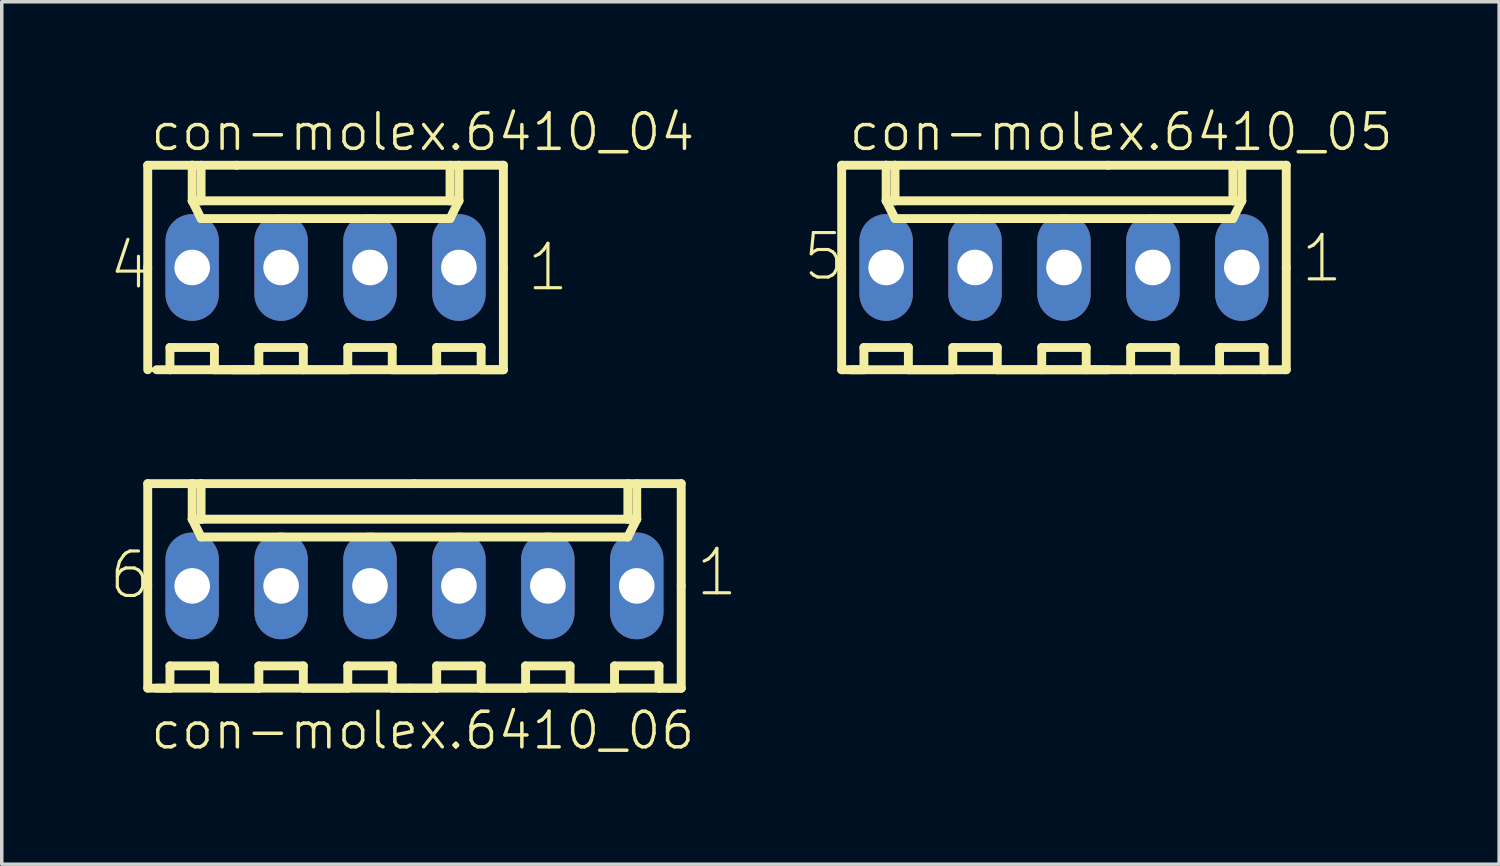
<source format=kicad_pcb>
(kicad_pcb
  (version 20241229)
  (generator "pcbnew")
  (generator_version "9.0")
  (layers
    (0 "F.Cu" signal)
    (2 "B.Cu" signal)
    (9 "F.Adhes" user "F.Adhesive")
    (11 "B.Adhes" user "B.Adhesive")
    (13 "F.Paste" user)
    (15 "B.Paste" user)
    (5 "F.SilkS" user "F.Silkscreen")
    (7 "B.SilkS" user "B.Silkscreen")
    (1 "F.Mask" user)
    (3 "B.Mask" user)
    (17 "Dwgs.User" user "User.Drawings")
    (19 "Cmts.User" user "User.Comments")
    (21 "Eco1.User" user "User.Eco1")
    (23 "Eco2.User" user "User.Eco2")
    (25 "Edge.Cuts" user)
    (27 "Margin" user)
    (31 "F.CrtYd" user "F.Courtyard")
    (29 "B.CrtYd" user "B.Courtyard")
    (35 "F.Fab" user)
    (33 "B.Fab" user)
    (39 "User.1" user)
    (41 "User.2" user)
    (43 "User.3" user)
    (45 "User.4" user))
  (footprint "con-molex.6410_06"
    (layer "F.Cu")
    (at 8.79 13.687)
    (property "Reference" "con-molex.6410_06" (at -7.593 4.726 0) (layer "F.SilkS") (effects (font (size 1.016 1.016) (thickness 0.1)) (justify left bottom)))
    (attr through_hole)
    (fp_line (start -7.62 -2.921) (end -6.35 -2.921) (stroke (width 0.254) (type default)) (layer "F.SilkS"))
    (fp_line (start -7.62 0) (end -7.62 -2.921) (stroke (width 0.254) (type default)) (layer "F.SilkS"))
    (fp_line (start -7.62 0) (end -7.62 2.921) (stroke (width 0.254) (type default)) (layer "F.SilkS"))
    (fp_line (start -7.62 2.921) (end -0.127 2.921) (stroke (width 0.254) (type default)) (layer "F.SilkS"))
    (fp_line (start -7.366 2.921) (end -6.985 2.921) (stroke (width 0.254) (type default)) (layer "F.SilkS"))
    (fp_line (start -6.985 2.286) (end -5.715 2.286) (stroke (width 0.254) (type default)) (layer "F.SilkS"))
    (fp_line (start -6.985 2.921) (end -6.985 2.286) (stroke (width 0.254) (type default)) (layer "F.SilkS"))
    (fp_line (start -6.35 -2.921) (end -6.096 -2.921) (stroke (width 0.254) (type default)) (layer "F.SilkS"))
    (fp_line (start -6.35 -2.54) (end -6.35 -2.921) (stroke (width 0.127) (type default)) (layer "F.SilkS"))
    (fp_line (start -6.35 -1.905) (end -6.35 -2.921) (stroke (width 0.254) (type default)) (layer "F.SilkS"))
    (fp_line (start -6.35 -1.905) (end -6.096 -1.905) (stroke (width 0.254) (type default)) (layer "F.SilkS"))
    (fp_line (start -6.35 -1.905) (end -6.096 -1.397) (stroke (width 0.254) (type default)) (layer "F.SilkS"))
    (fp_line (start -6.096 -2.921) (end -6.096 -1.905) (stroke (width 0.254) (type default)) (layer "F.SilkS"))
    (fp_line (start -6.096 -2.921) (end 0 -2.921) (stroke (width 0.254) (type default)) (layer "F.SilkS"))
    (fp_line (start -6.096 -1.905) (end 6.096 -1.905) (stroke (width 0.254) (type default)) (layer "F.SilkS"))
    (fp_line (start -6.096 -1.397) (end 6.096 -1.397) (stroke (width 0.254) (type default)) (layer "F.SilkS"))
    (fp_line (start -5.715 2.286) (end -5.715 2.921) (stroke (width 0.254) (type default)) (layer "F.SilkS"))
    (fp_line (start -5.715 2.921) (end -4.445 2.921) (stroke (width 0.254) (type default)) (layer "F.SilkS"))
    (fp_line (start -4.445 2.286) (end -3.175 2.286) (stroke (width 0.254) (type default)) (layer "F.SilkS"))
    (fp_line (start -4.445 2.921) (end -4.445 2.286) (stroke (width 0.254) (type default)) (layer "F.SilkS"))
    (fp_line (start -3.175 2.286) (end -3.175 2.921) (stroke (width 0.254) (type default)) (layer "F.SilkS"))
    (fp_line (start -3.175 2.921) (end -1.905 2.921) (stroke (width 0.254) (type default)) (layer "F.SilkS"))
    (fp_line (start -1.905 2.286) (end -0.635 2.286) (stroke (width 0.254) (type default)) (layer "F.SilkS"))
    (fp_line (start -1.905 2.921) (end -1.905 2.286) (stroke (width 0.254) (type default)) (layer "F.SilkS"))
    (fp_line (start -0.635 2.286) (end -0.635 2.921) (stroke (width 0.254) (type default)) (layer "F.SilkS"))
    (fp_line (start -0.635 2.921) (end 0.635 2.921) (stroke (width 0.254) (type default)) (layer "F.SilkS"))
    (fp_line (start 0.635 2.286) (end 1.905 2.286) (stroke (width 0.254) (type default)) (layer "F.SilkS"))
    (fp_line (start 0.635 2.921) (end 0.635 2.286) (stroke (width 0.254) (type default)) (layer "F.SilkS"))
    (fp_line (start 1.905 2.286) (end 1.905 2.921) (stroke (width 0.254) (type default)) (layer "F.SilkS"))
    (fp_line (start 1.905 2.921) (end 3.175 2.921) (stroke (width 0.254) (type default)) (layer "F.SilkS"))
    (fp_line (start 3.175 2.286) (end 4.445 2.286) (stroke (width 0.254) (type default)) (layer "F.SilkS"))
    (fp_line (start 3.175 2.921) (end 3.175 2.286) (stroke (width 0.254) (type default)) (layer "F.SilkS"))
    (fp_line (start 4.445 2.286) (end 4.445 2.921) (stroke (width 0.254) (type default)) (layer "F.SilkS"))
    (fp_line (start 4.445 2.921) (end 5.715 2.921) (stroke (width 0.254) (type default)) (layer "F.SilkS"))
    (fp_line (start 5.715 2.286) (end 6.985 2.286) (stroke (width 0.254) (type default)) (layer "F.SilkS"))
    (fp_line (start 5.715 2.921) (end 5.715 2.286) (stroke (width 0.254) (type default)) (layer "F.SilkS"))
    (fp_line (start 6.096 -2.921) (end 6.096 -1.905) (stroke (width 0.254) (type default)) (layer "F.SilkS"))
    (fp_line (start 6.096 -1.905) (end 6.35 -1.905) (stroke (width 0.254) (type default)) (layer "F.SilkS"))
    (fp_line (start 6.096 -1.397) (end 6.35 -1.905) (stroke (width 0.254) (type default)) (layer "F.SilkS"))
    (fp_line (start 6.35 -1.905) (end 6.35 -2.921) (stroke (width 0.254) (type default)) (layer "F.SilkS"))
    (fp_line (start 6.985 2.286) (end 6.985 2.921) (stroke (width 0.254) (type default)) (layer "F.SilkS"))
    (fp_line (start 6.985 2.921) (end 7.62 2.921) (stroke (width 0.254) (type default)) (layer "F.SilkS"))
    (fp_line (start 7.62 -2.921) (end 0 -2.921) (stroke (width 0.254) (type default)) (layer "F.SilkS"))
    (fp_line (start 7.62 0) (end 7.62 -2.921) (stroke (width 0.254) (type default)) (layer "F.SilkS"))
    (fp_line (start 7.62 0) (end 7.62 2.921) (stroke (width 0.254) (type default)) (layer "F.SilkS"))
    (fp_line (start 7.62 2.921) (end -0.127 2.921) (stroke (width 0.254) (type default)) (layer "F.SilkS"))
    (fp_rect (start -6.604 0.254) (end -6.096 -0.254) (stroke (width 0.05) (type default)) (fill no) (layer "F.Fab"))
    (fp_rect (start -4.064 0.254) (end -3.556 -0.254) (stroke (width 0.05) (type default)) (fill no) (layer "F.Fab"))
    (fp_rect (start -1.524 0.254) (end -1.016 -0.254) (stroke (width 0.05) (type default)) (fill no) (layer "F.Fab"))
    (fp_rect (start 1.016 0.254) (end 1.524 -0.254) (stroke (width 0.05) (type default)) (fill no) (layer "F.Fab"))
    (fp_rect (start 3.556 0.254) (end 4.064 -0.254) (stroke (width 0.05) (type default)) (fill no) (layer "F.Fab"))
    (fp_rect (start 6.096 0.254) (end 6.604 -0.254) (stroke (width 0.05) (type default)) (fill no) (layer "F.Fab"))
    (fp_text user "1" (at 7.974 0.357 0) (layer "F.SilkS") (effects (font (size 1.27 1.27) (thickness 0.09)) (justify left bottom)))
    (fp_text user "6" (at -8.79 0.433 0) (layer "F.SilkS") (effects (font (size 1.27 1.27) (thickness 0.09)) (justify left bottom)))
    (pad "1" thru_hole oval (at 6.35 0 90) (size 3.048 1.524) (drill 1.016) (layers "*.Cu" "*.Mask"))
    (pad "2" thru_hole oval (at 3.81 0 90) (size 3.048 1.524) (drill 1.016) (layers "*.Cu" "*.Mask"))
    (pad "3" thru_hole oval (at 1.27 0 90) (size 3.048 1.524) (drill 1.016) (layers "*.Cu" "*.Mask"))
    (pad "4" thru_hole oval (at -1.27 0 90) (size 3.048 1.524) (drill 1.016) (layers "*.Cu" "*.Mask"))
    (pad "5" thru_hole oval (at -3.81 0 90) (size 3.048 1.524) (drill 1.016) (layers "*.Cu" "*.Mask"))
    (pad "6" thru_hole oval (at -6.35 0 90) (size 3.048 1.524) (drill 1.016) (layers "*.Cu" "*.Mask")))
  (footprint "con-molex.6410_04"
    (layer "F.Cu")
    (at 6.25 4.591)
    (property "Reference" "con-molex.6410_04" (at -5.053 -3.275 0) (layer "F.SilkS") (effects (font (size 1.016 1.016) (thickness 0.1)) (justify left bottom)))
    (attr through_hole)
    (fp_line (start -5.08 -2.921) (end -3.81 -2.921) (stroke (width 0.254) (type default)) (layer "F.SilkS"))
    (fp_line (start -5.08 0) (end -5.08 -2.921) (stroke (width 0.254) (type default)) (layer "F.SilkS"))
    (fp_line (start -5.08 0) (end -5.08 2.921) (stroke (width 0.254) (type default)) (layer "F.SilkS"))
    (fp_line (start -5.08 2.921) (end -2.667 2.921) (stroke (width 0.127) (type default)) (layer "F.SilkS"))
    (fp_line (start -4.826 2.921) (end -4.445 2.921) (stroke (width 0.254) (type default)) (layer "F.SilkS"))
    (fp_line (start -4.445 2.286) (end -3.175 2.286) (stroke (width 0.254) (type default)) (layer "F.SilkS"))
    (fp_line (start -4.445 2.921) (end -4.445 2.286) (stroke (width 0.254) (type default)) (layer "F.SilkS"))
    (fp_line (start -3.81 -2.921) (end -2.54 -2.921) (stroke (width 0.254) (type default)) (layer "F.SilkS"))
    (fp_line (start -3.81 -2.54) (end -3.81 -2.921) (stroke (width 0.127) (type default)) (layer "F.SilkS"))
    (fp_line (start -3.81 -1.905) (end -3.81 -2.921) (stroke (width 0.254) (type default)) (layer "F.SilkS"))
    (fp_line (start -3.81 -1.905) (end -3.556 -1.905) (stroke (width 0.254) (type default)) (layer "F.SilkS"))
    (fp_line (start -3.81 -1.905) (end -3.556 -1.397) (stroke (width 0.254) (type default)) (layer "F.SilkS"))
    (fp_line (start -3.556 -2.921) (end -3.81 -2.921) (stroke (width 0.127) (type default)) (layer "F.SilkS"))
    (fp_line (start -3.556 -2.921) (end -3.556 -1.905) (stroke (width 0.254) (type default)) (layer "F.SilkS"))
    (fp_line (start -3.556 -1.905) (end 3.556 -1.905) (stroke (width 0.254) (type default)) (layer "F.SilkS"))
    (fp_line (start -3.556 -1.397) (end 3.556 -1.397) (stroke (width 0.254) (type default)) (layer "F.SilkS"))
    (fp_line (start -3.175 2.286) (end -3.175 2.921) (stroke (width 0.254) (type default)) (layer "F.SilkS"))
    (fp_line (start -3.175 2.921) (end -1.905 2.921) (stroke (width 0.254) (type default)) (layer "F.SilkS"))
    (fp_line (start -1.905 2.286) (end -0.635 2.286) (stroke (width 0.254) (type default)) (layer "F.SilkS"))
    (fp_line (start -1.905 2.921) (end -1.905 2.286) (stroke (width 0.254) (type default)) (layer "F.SilkS"))
    (fp_line (start -0.635 2.286) (end -0.635 2.921) (stroke (width 0.254) (type default)) (layer "F.SilkS"))
    (fp_line (start -0.635 2.921) (end -4.445 2.921) (stroke (width 0.254) (type default)) (layer "F.SilkS"))
    (fp_line (start -0.635 2.921) (end 0.635 2.921) (stroke (width 0.254) (type default)) (layer "F.SilkS"))
    (fp_line (start 0.635 2.286) (end 1.905 2.286) (stroke (width 0.254) (type default)) (layer "F.SilkS"))
    (fp_line (start 0.635 2.921) (end 0.635 2.286) (stroke (width 0.254) (type default)) (layer "F.SilkS"))
    (fp_line (start 1.905 2.286) (end 1.905 2.921) (stroke (width 0.254) (type default)) (layer "F.SilkS"))
    (fp_line (start 1.905 2.921) (end 3.175 2.921) (stroke (width 0.254) (type default)) (layer "F.SilkS"))
    (fp_line (start 3.175 2.286) (end 4.445 2.286) (stroke (width 0.254) (type default)) (layer "F.SilkS"))
    (fp_line (start 3.175 2.921) (end 3.175 2.286) (stroke (width 0.254) (type default)) (layer "F.SilkS"))
    (fp_line (start 3.556 -2.921) (end 3.556 -1.905) (stroke (width 0.254) (type default)) (layer "F.SilkS"))
    (fp_line (start 3.556 -1.905) (end 3.81 -1.905) (stroke (width 0.254) (type default)) (layer "F.SilkS"))
    (fp_line (start 3.556 -1.397) (end 3.81 -1.905) (stroke (width 0.254) (type default)) (layer "F.SilkS"))
    (fp_line (start 3.81 -1.905) (end 3.81 -2.921) (stroke (width 0.254) (type default)) (layer "F.SilkS"))
    (fp_line (start 4.445 2.286) (end 4.445 2.921) (stroke (width 0.254) (type default)) (layer "F.SilkS"))
    (fp_line (start 4.445 2.921) (end 5.08 2.921) (stroke (width 0.254) (type default)) (layer "F.SilkS"))
    (fp_line (start 5.08 -2.921) (end -2.54 -2.921) (stroke (width 0.254) (type default)) (layer "F.SilkS"))
    (fp_line (start 5.08 0) (end 5.08 -2.921) (stroke (width 0.254) (type default)) (layer "F.SilkS"))
    (fp_line (start 5.08 0) (end 5.08 2.921) (stroke (width 0.254) (type default)) (layer "F.SilkS"))
    (fp_line (start 5.08 2.921) (end -2.667 2.921) (stroke (width 0.254) (type default)) (layer "F.SilkS"))
    (fp_rect (start -4.064 0.254) (end -3.556 -0.254) (stroke (width 0.05) (type default)) (fill no) (layer "F.Fab"))
    (fp_rect (start -1.524 0.254) (end -1.016 -0.254) (stroke (width 0.05) (type default)) (fill no) (layer "F.Fab"))
    (fp_rect (start 1.016 0.254) (end 1.524 -0.254) (stroke (width 0.05) (type default)) (fill no) (layer "F.Fab"))
    (fp_rect (start 3.556 0.254) (end 4.064 -0.254) (stroke (width 0.05) (type default)) (fill no) (layer "F.Fab"))
    (fp_text user "1" (at 5.688 0.738 0) (layer "F.SilkS") (effects (font (size 1.27 1.27) (thickness 0.09)) (justify left bottom)))
    (fp_text user "4" (at -6.25 0.687 0) (layer "F.SilkS") (effects (font (size 1.27 1.27) (thickness 0.09)) (justify left bottom)))
    (pad "1" thru_hole oval (at 3.81 0 90) (size 3.048 1.524) (drill 1.016) (layers "*.Cu" "*.Mask"))
    (pad "2" thru_hole oval (at 1.27 0 90) (size 3.048 1.524) (drill 1.016) (layers "*.Cu" "*.Mask"))
    (pad "3" thru_hole oval (at -1.27 0 90) (size 3.048 1.524) (drill 1.016) (layers "*.Cu" "*.Mask"))
    (pad "4" thru_hole oval (at -3.81 0 90) (size 3.048 1.524) (drill 1.016) (layers "*.Cu" "*.Mask")))
  (footprint "con-molex.6410_05"
    (layer "F.Cu")
    (at 27.344 4.591)
    (property "Reference" "con-molex.6410_05" (at -6.196 -3.275 0) (layer "F.SilkS") (effects (font (size 1.016 1.016) (thickness 0.1)) (justify left bottom)))
    (attr through_hole)
    (fp_line (start -6.35 -2.921) (end -5.08 -2.921) (stroke (width 0.254) (type default)) (layer "F.SilkS"))
    (fp_line (start -6.35 0) (end -6.35 -2.921) (stroke (width 0.254) (type default)) (layer "F.SilkS"))
    (fp_line (start -6.35 0) (end -6.35 2.921) (stroke (width 0.254) (type default)) (layer "F.SilkS"))
    (fp_line (start -6.35 2.921) (end 1.27 2.921) (stroke (width 0.254) (type default)) (layer "F.SilkS"))
    (fp_line (start -6.096 2.921) (end -5.715 2.921) (stroke (width 0.254) (type default)) (layer "F.SilkS"))
    (fp_line (start -5.715 2.286) (end -4.445 2.286) (stroke (width 0.254) (type default)) (layer "F.SilkS"))
    (fp_line (start -5.715 2.921) (end -5.715 2.286) (stroke (width 0.254) (type default)) (layer "F.SilkS"))
    (fp_line (start -5.08 -2.921) (end -4.826 -2.921) (stroke (width 0.254) (type default)) (layer "F.SilkS"))
    (fp_line (start -5.08 -2.54) (end -5.08 -2.921) (stroke (width 0.127) (type default)) (layer "F.SilkS"))
    (fp_line (start -5.08 -1.905) (end -5.08 -2.921) (stroke (width 0.254) (type default)) (layer "F.SilkS"))
    (fp_line (start -5.08 -1.905) (end -4.826 -1.905) (stroke (width 0.254) (type default)) (layer "F.SilkS"))
    (fp_line (start -5.08 -1.905) (end -4.826 -1.397) (stroke (width 0.254) (type default)) (layer "F.SilkS"))
    (fp_line (start -4.826 -2.921) (end -4.826 -1.905) (stroke (width 0.254) (type default)) (layer "F.SilkS"))
    (fp_line (start -4.826 -2.921) (end 1.27 -2.921) (stroke (width 0.254) (type default)) (layer "F.SilkS"))
    (fp_line (start -4.826 -1.905) (end 4.826 -1.905) (stroke (width 0.254) (type default)) (layer "F.SilkS"))
    (fp_line (start -4.826 -1.397) (end 4.826 -1.397) (stroke (width 0.254) (type default)) (layer "F.SilkS"))
    (fp_line (start -4.445 2.286) (end -4.445 2.921) (stroke (width 0.254) (type default)) (layer "F.SilkS"))
    (fp_line (start -4.445 2.921) (end -3.175 2.921) (stroke (width 0.254) (type default)) (layer "F.SilkS"))
    (fp_line (start -3.175 2.286) (end -1.905 2.286) (stroke (width 0.254) (type default)) (layer "F.SilkS"))
    (fp_line (start -3.175 2.921) (end -3.175 2.286) (stroke (width 0.254) (type default)) (layer "F.SilkS"))
    (fp_line (start -1.905 2.286) (end -1.905 2.921) (stroke (width 0.254) (type default)) (layer "F.SilkS"))
    (fp_line (start -1.905 2.921) (end -0.635 2.921) (stroke (width 0.254) (type default)) (layer "F.SilkS"))
    (fp_line (start -0.635 2.286) (end 0.635 2.286) (stroke (width 0.254) (type default)) (layer "F.SilkS"))
    (fp_line (start -0.635 2.921) (end -0.635 2.286) (stroke (width 0.254) (type default)) (layer "F.SilkS"))
    (fp_line (start 0.635 2.286) (end 0.635 2.921) (stroke (width 0.254) (type default)) (layer "F.SilkS"))
    (fp_line (start 0.635 2.921) (end -0.635 2.921) (stroke (width 0.254) (type default)) (layer "F.SilkS"))
    (fp_line (start 0.635 2.921) (end 1.905 2.921) (stroke (width 0.254) (type default)) (layer "F.SilkS"))
    (fp_line (start 1.905 2.286) (end 3.175 2.286) (stroke (width 0.254) (type default)) (layer "F.SilkS"))
    (fp_line (start 1.905 2.921) (end 1.905 2.286) (stroke (width 0.254) (type default)) (layer "F.SilkS"))
    (fp_line (start 3.175 2.286) (end 3.175 2.921) (stroke (width 0.254) (type default)) (layer "F.SilkS"))
    (fp_line (start 3.175 2.921) (end 1.905 2.921) (stroke (width 0.254) (type default)) (layer "F.SilkS"))
    (fp_line (start 3.175 2.921) (end 4.445 2.921) (stroke (width 0.254) (type default)) (layer "F.SilkS"))
    (fp_line (start 4.445 2.286) (end 5.715 2.286) (stroke (width 0.254) (type default)) (layer "F.SilkS"))
    (fp_line (start 4.445 2.921) (end 4.445 2.286) (stroke (width 0.254) (type default)) (layer "F.SilkS"))
    (fp_line (start 4.826 -2.921) (end 4.826 -1.905) (stroke (width 0.254) (type default)) (layer "F.SilkS"))
    (fp_line (start 4.826 -1.905) (end 5.08 -1.905) (stroke (width 0.254) (type default)) (layer "F.SilkS"))
    (fp_line (start 4.826 -1.397) (end 5.08 -1.905) (stroke (width 0.254) (type default)) (layer "F.SilkS"))
    (fp_line (start 5.08 -1.905) (end 5.08 -2.921) (stroke (width 0.254) (type default)) (layer "F.SilkS"))
    (fp_line (start 5.715 2.286) (end 5.715 2.921) (stroke (width 0.254) (type default)) (layer "F.SilkS"))
    (fp_line (start 5.715 2.921) (end 4.445 2.921) (stroke (width 0.254) (type default)) (layer "F.SilkS"))
    (fp_line (start 5.715 2.921) (end 6.35 2.921) (stroke (width 0.254) (type default)) (layer "F.SilkS"))
    (fp_line (start 6.35 -2.921) (end 1.27 -2.921) (stroke (width 0.254) (type default)) (layer "F.SilkS"))
    (fp_line (start 6.35 0) (end 6.35 -2.921) (stroke (width 0.254) (type default)) (layer "F.SilkS"))
    (fp_line (start 6.35 0) (end 6.35 2.921) (stroke (width 0.254) (type default)) (layer "F.SilkS"))
    (fp_rect (start -5.334 0.254) (end -4.826 -0.254) (stroke (width 0.05) (type default)) (fill no) (layer "F.Fab"))
    (fp_rect (start -2.794 0.254) (end -2.286 -0.254) (stroke (width 0.05) (type default)) (fill no) (layer "F.Fab"))
    (fp_rect (start -0.254 0.254) (end 0.254 -0.254) (stroke (width 0.05) (type default)) (fill no) (layer "F.Fab"))
    (fp_rect (start 2.286 0.254) (end 2.794 -0.254) (stroke (width 0.05) (type default)) (fill no) (layer "F.Fab"))
    (fp_rect (start 4.826 0.254) (end 5.334 -0.254) (stroke (width 0.05) (type default)) (fill no) (layer "F.Fab"))
    (fp_text user "1" (at 6.704 0.484 0) (layer "F.SilkS") (effects (font (size 1.27 1.27) (thickness 0.09)) (justify left bottom)))
    (fp_text user "5" (at -7.52 0.433 0) (layer "F.SilkS") (effects (font (size 1.27 1.27) (thickness 0.09)) (justify left bottom)))
    (pad "1" thru_hole oval (at 5.08 0 90) (size 3.048 1.524) (drill 1.016) (layers "*.Cu" "*.Mask"))
    (pad "2" thru_hole oval (at 2.54 0 90) (size 3.048 1.524) (drill 1.016) (layers "*.Cu" "*.Mask"))
    (pad "3" thru_hole oval (at 0 0 90) (size 3.048 1.524) (drill 1.016) (layers "*.Cu" "*.Mask"))
    (pad "4" thru_hole oval (at -2.54 0 90) (size 3.048 1.524) (drill 1.016) (layers "*.Cu" "*.Mask"))
    (pad "5" thru_hole oval (at -5.08 0 90) (size 3.048 1.524) (drill 1.016) (layers "*.Cu" "*.Mask")))
  (gr_rect
    (start -3 -3)
    (end 39.775 21.637)
    (stroke (width 0.1) (type default))
    (fill no)
    (layer "Edge.Cuts")))
</source>
